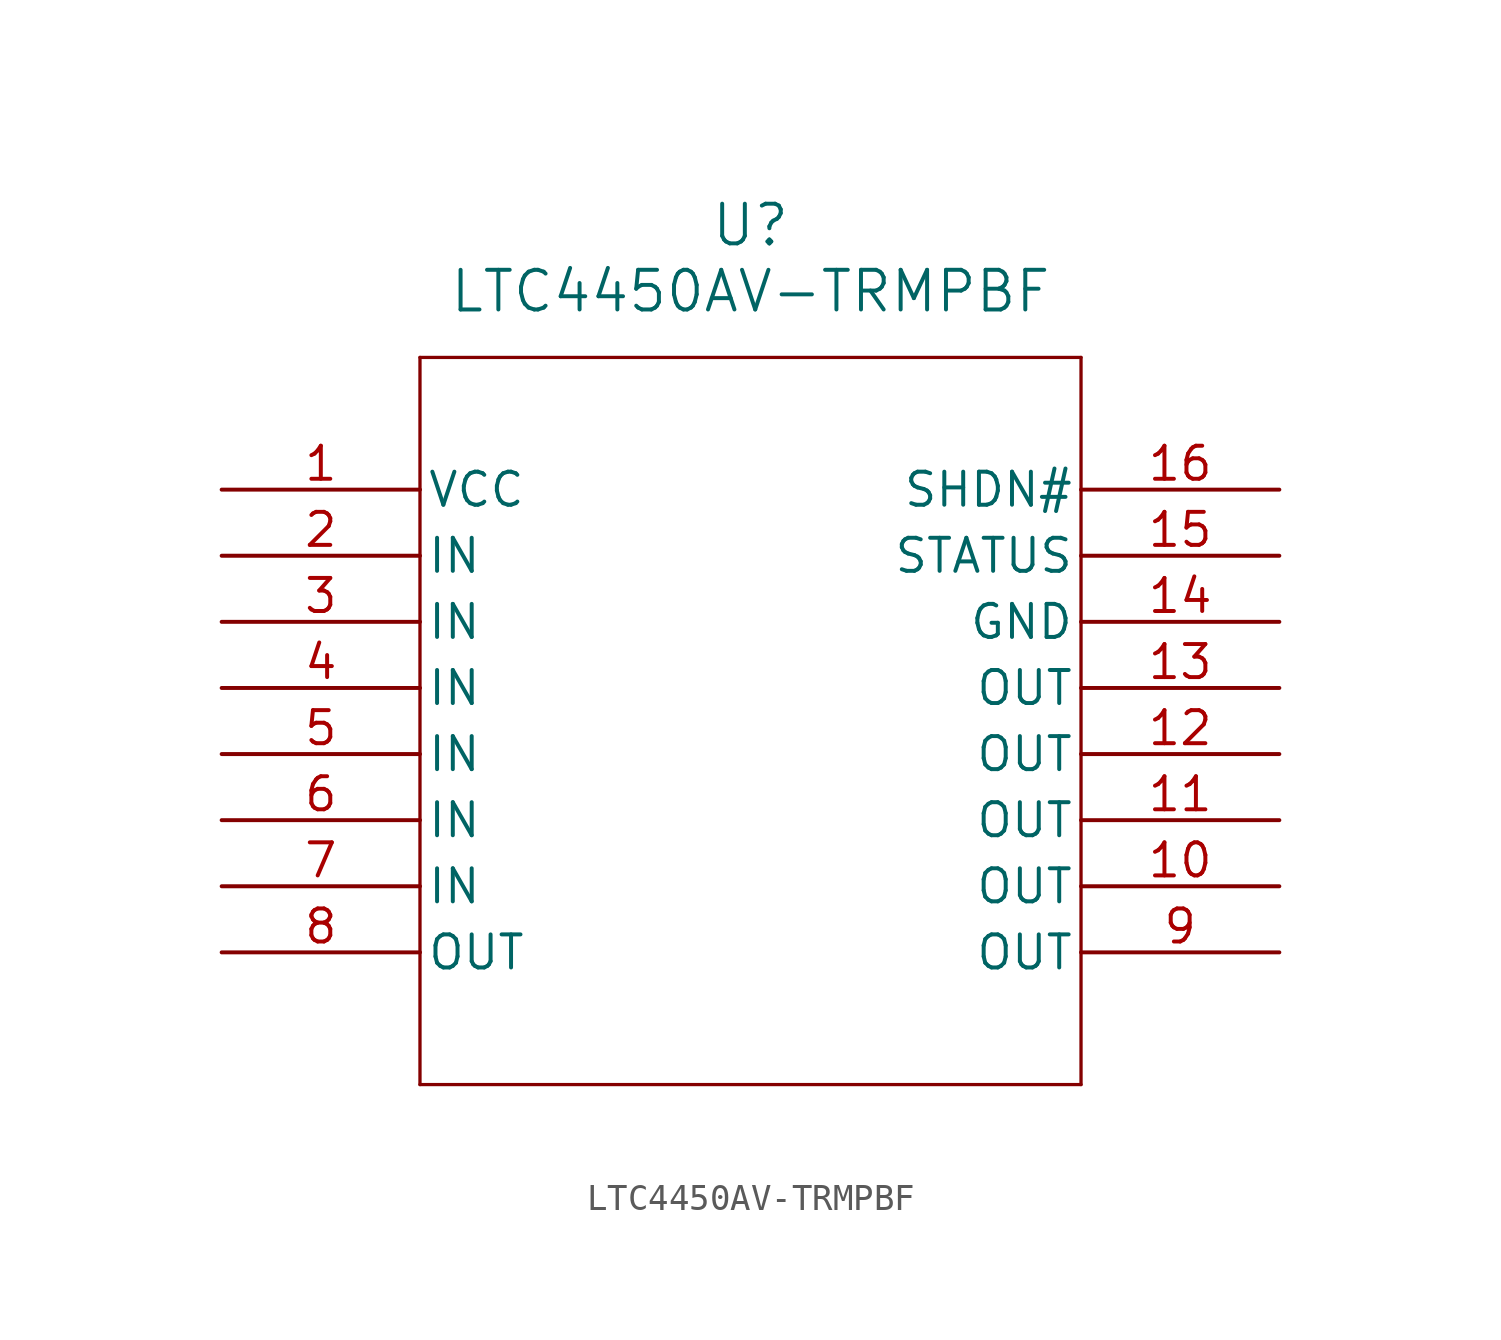
<source format=kicad_sym>
(kicad_symbol_lib
  (version 20211014)
  (generator kicad_symbol_editor)
  (symbol "LTC4450AV-TRMPBF"
    (pin_names
      (offset 0.254))
    (property "Reference" "U"
      (at 20.32 10.16 0)
      (effects (font (size 1.524 1.524))))
    (property "Value" "LTC4450AV-TRMPBF"
      (at 20.32 7.62 0)
      (effects (font (size 1.524 1.524))))
    (symbol "LTC4450AV-TRMPBF_0_1"
      (polyline (pts (xy 7.62 5.08) (xy 7.62 -22.86)) (stroke (width 0.127) (type default) (color 0 0 0 0)) (fill (type none)))
      (polyline (pts (xy 7.62 -22.86) (xy 33.02 -22.86)) (stroke (width 0.127) (type default) (color 0 0 0 0)) (fill (type none)))
      (polyline (pts (xy 33.02 -22.86) (xy 33.02 5.08)) (stroke (width 0.127) (type default) (color 0 0 0 0)) (fill (type none)))
      (polyline (pts (xy 33.02 5.08) (xy 7.62 5.08)) (stroke (width 0.127) (type default) (color 0 0 0 0)) (fill (type none)))
      (pin power_in line (at 0 0 0) (length 7.62) (name "VCC" (effects (font (size 1.27 1.27)))) (number "1" (effects (font (size 1.27 1.27)))))
      (pin power_in line (at 0 -2.54 0) (length 7.62) (name "IN" (effects (font (size 1.27 1.27)))) (number "2" (effects (font (size 1.27 1.27)))))
      (pin power_in line (at 0 -5.08 0) (length 7.62) (name "IN" (effects (font (size 1.27 1.27)))) (number "3" (effects (font (size 1.27 1.27)))))
      (pin power_in line (at 0 -7.62 0) (length 7.62) (name "IN" (effects (font (size 1.27 1.27)))) (number "4" (effects (font (size 1.27 1.27)))))
      (pin power_in line (at 0 -10.16 0) (length 7.62) (name "IN" (effects (font (size 1.27 1.27)))) (number "5" (effects (font (size 1.27 1.27)))))
      (pin power_in line (at 0 -12.7 0) (length 7.62) (name "IN" (effects (font (size 1.27 1.27)))) (number "6" (effects (font (size 1.27 1.27)))))
      (pin power_in line (at 0 -15.24 0) (length 7.62) (name "IN" (effects (font (size 1.27 1.27)))) (number "7" (effects (font (size 1.27 1.27)))))
      (pin power_in line (at 0 -17.78 0) (length 7.62) (name "OUT" (effects (font (size 1.27 1.27)))) (number "8" (effects (font (size 1.27 1.27)))))
      (pin power_in line (at 40.64 -17.78 180) (length 7.62) (name "OUT" (effects (font (size 1.27 1.27)))) (number "9" (effects (font (size 1.27 1.27)))))
      (pin power_in line (at 40.64 -15.24 180) (length 7.62) (name "OUT" (effects (font (size 1.27 1.27)))) (number "10" (effects (font (size 1.27 1.27)))))
      (pin power_in line (at 40.64 -12.7 180) (length 7.62) (name "OUT" (effects (font (size 1.27 1.27)))) (number "11" (effects (font (size 1.27 1.27)))))
      (pin power_in line (at 40.64 -10.16 180) (length 7.62) (name "OUT" (effects (font (size 1.27 1.27)))) (number "12" (effects (font (size 1.27 1.27)))))
      (pin power_in line (at 40.64 -7.62 180) (length 7.62) (name "OUT" (effects (font (size 1.27 1.27)))) (number "13" (effects (font (size 1.27 1.27)))))
      (pin power_out line (at 40.64 -5.08 180) (length 7.62) (name "GND" (effects (font (size 1.27 1.27)))) (number "14" (effects (font (size 1.27 1.27)))))
      (pin output line (at 40.64 -2.54 180) (length 7.62) (name "STATUS" (effects (font (size 1.27 1.27)))) (number "15" (effects (font (size 1.27 1.27)))))
      (pin input line (at 40.64 0 180) (length 7.62) (name "SHDN#" (effects (font (size 1.27 1.27)))) (number "16" (effects (font (size 1.27 1.27))))))))
</source>
